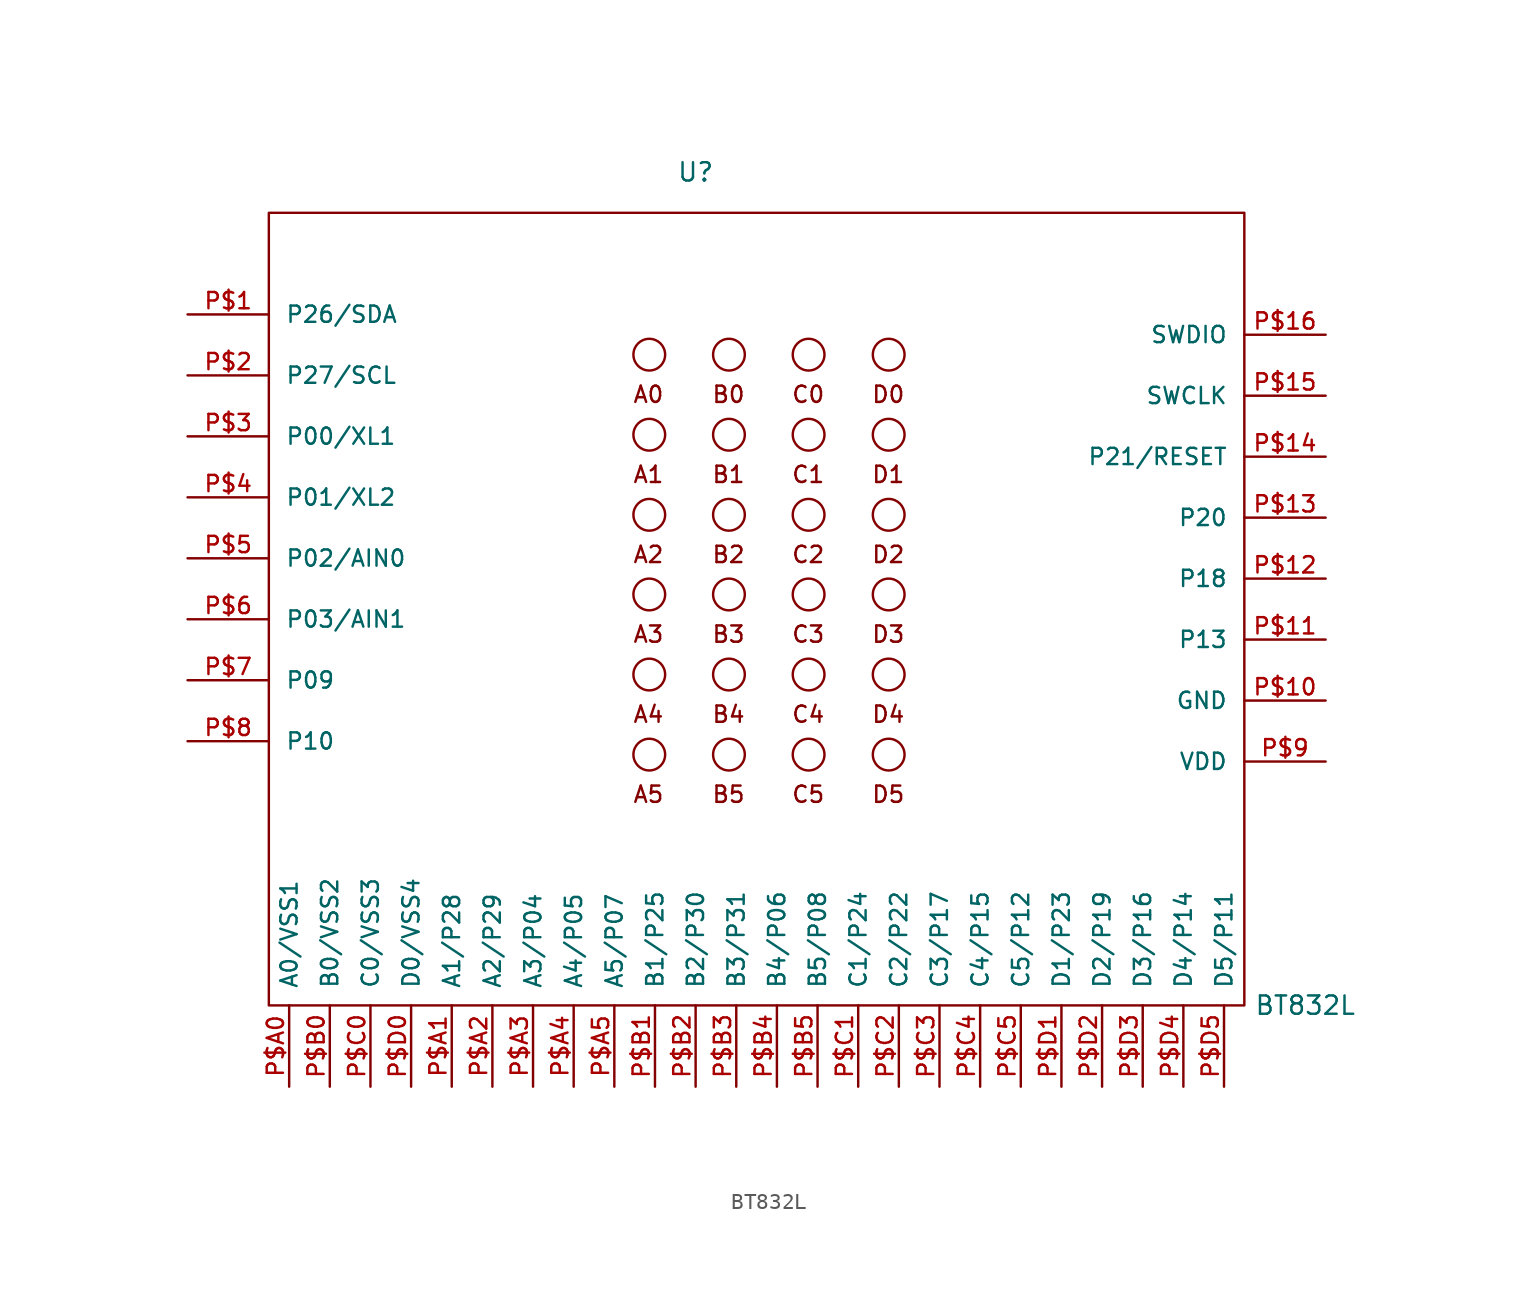
<source format=kicad_sym>
(kicad_symbol_lib
  (version 20220914)
  (generator kicad_symbol_editor)
  (symbol "BT832L"
    (pin_names
      (offset 1.016))
    (property "Reference" "U"
      (at -3.81 25.4 0)
      (effects (font (size 1.143 1.143))))
    (property "Value" "BT832L"
      (at 34.29 -26.67 0)
      (effects (font (size 1.143 1.143))))
    (property "ki_locked" ""
      (at 0 0 0)
      (effects (font (size 1.27 1.27))))
    (symbol "BT832L_0_1"
      (rectangle (start -30.48 22.86) (end 30.48 -26.67) (stroke (width 0) (type solid)) (fill (type none))))
    (symbol "BT832L_1_0"
      (text "A0" (at -6.756 11.506 0) (effects (font (size 1.016 1.016))))
      (text "A1" (at -6.756 6.502 0) (effects (font (size 1.016 1.016))))
      (text "A2" (at -6.756 1.499 0) (effects (font (size 1.016 1.016))))
      (text "A3" (at -6.756 -3.48 0) (effects (font (size 1.016 1.016))))
      (text "A4" (at -6.756 -8.484 0) (effects (font (size 1.016 1.016))))
      (text "A5" (at -6.756 -13.487 0) (effects (font (size 1.016 1.016))))
      (text "B0" (at -1.753 11.506 0) (effects (font (size 1.016 1.016))))
      (text "B1" (at -1.753 6.502 0) (effects (font (size 1.016 1.016))))
      (text "B2" (at -1.753 1.499 0) (effects (font (size 1.016 1.016))))
      (text "B3" (at -1.753 -3.48 0) (effects (font (size 1.016 1.016))))
      (text "B4" (at -1.753 -8.484 0) (effects (font (size 1.016 1.016))))
      (text "B5" (at -1.753 -13.487 0) (effects (font (size 1.016 1.016))))
      (text "C0" (at 3.226 11.506 0) (effects (font (size 1.016 1.016))))
      (text "C1" (at 3.226 6.502 0) (effects (font (size 1.016 1.016))))
      (text "C2" (at 3.226 1.499 0) (effects (font (size 1.016 1.016))))
      (text "C3" (at 3.226 -3.48 0) (effects (font (size 1.016 1.016))))
      (text "C4" (at 3.226 -8.484 0) (effects (font (size 1.016 1.016))))
      (text "C5" (at 3.226 -13.487 0) (effects (font (size 1.016 1.016))))
      (text "D0" (at 8.23 11.506 0) (effects (font (size 1.016 1.016))))
      (text "D1" (at 8.23 6.502 0) (effects (font (size 1.016 1.016))))
      (text "D2" (at 8.23 1.499 0) (effects (font (size 1.016 1.016))))
      (text "D3" (at 8.23 -3.48 0) (effects (font (size 1.016 1.016))))
      (text "D4" (at 8.23 -8.484 0) (effects (font (size 1.016 1.016))))
      (text "D5" (at 8.23 -13.487 0) (effects (font (size 1.016 1.016)))))
    (symbol "BT832L_1_1"
      (circle (center -6.706 -10.998) (radius 0.991) (stroke (width 0) (type solid)) (fill (type none)))
      (circle (center -6.706 -5.994) (radius 0.991) (stroke (width 0) (type solid)) (fill (type none)))
      (circle (center -6.706 -0.991) (radius 0.991) (stroke (width 0) (type solid)) (fill (type none)))
      (circle (center -6.706 3.988) (radius 0.991) (stroke (width 0) (type solid)) (fill (type none)))
      (circle (center -6.706 8.992) (radius 0.991) (stroke (width 0) (type solid)) (fill (type none)))
      (circle (center -6.706 13.995) (radius 0.991) (stroke (width 0) (type solid)) (fill (type none)))
      (circle (center -1.727 -10.998) (radius 0.991) (stroke (width 0) (type solid)) (fill (type none)))
      (circle (center -1.727 -5.994) (radius 0.991) (stroke (width 0) (type solid)) (fill (type none)))
      (circle (center -1.727 -0.991) (radius 0.991) (stroke (width 0) (type solid)) (fill (type none)))
      (circle (center -1.727 3.988) (radius 0.991) (stroke (width 0) (type solid)) (fill (type none)))
      (circle (center -1.727 8.992) (radius 0.991) (stroke (width 0) (type solid)) (fill (type none)))
      (circle (center -1.727 13.995) (radius 0.991) (stroke (width 0) (type solid)) (fill (type none)))
      (circle (center 3.251 -10.998) (radius 0.991) (stroke (width 0) (type solid)) (fill (type none)))
      (circle (center 3.251 -5.994) (radius 0.991) (stroke (width 0) (type solid)) (fill (type none)))
      (circle (center 3.251 -0.991) (radius 0.991) (stroke (width 0) (type solid)) (fill (type none)))
      (circle (center 3.251 3.988) (radius 0.991) (stroke (width 0) (type solid)) (fill (type none)))
      (circle (center 3.251 8.992) (radius 0.991) (stroke (width 0) (type solid)) (fill (type none)))
      (circle (center 3.251 13.995) (radius 0.991) (stroke (width 0) (type solid)) (fill (type none)))
      (circle (center 8.255 -10.998) (radius 0.991) (stroke (width 0) (type solid)) (fill (type none)))
      (circle (center 8.255 -5.994) (radius 0.991) (stroke (width 0) (type solid)) (fill (type none)))
      (circle (center 8.255 -0.991) (radius 0.991) (stroke (width 0) (type solid)) (fill (type none)))
      (circle (center 8.255 3.988) (radius 0.991) (stroke (width 0) (type solid)) (fill (type none)))
      (circle (center 8.255 8.992) (radius 0.991) (stroke (width 0) (type solid)) (fill (type none)))
      (circle (center 8.255 13.995) (radius 0.991) (stroke (width 0) (type solid)) (fill (type none)))
      (pin bidirectional line (at -35.56 16.51 0) (length 5.08) (name "P26/SDA" (effects (font (size 1.016 1.016)))) (number "P$1" (effects (font (size 1.016 1.016)))))
      (pin bidirectional line (at 35.56 -7.62 180) (length 5.08) (name "GND" (effects (font (size 1.016 1.016)))) (number "P$10" (effects (font (size 1.016 1.016)))))
      (pin bidirectional line (at 35.56 -3.81 180) (length 5.08) (name "P13" (effects (font (size 1.016 1.016)))) (number "P$11" (effects (font (size 1.016 1.016)))))
      (pin bidirectional line (at 35.56 0 180) (length 5.08) (name "P18" (effects (font (size 1.016 1.016)))) (number "P$12" (effects (font (size 1.016 1.016)))))
      (pin bidirectional line (at 35.56 3.81 180) (length 5.08) (name "P20" (effects (font (size 1.016 1.016)))) (number "P$13" (effects (font (size 1.016 1.016)))))
      (pin bidirectional line (at 35.56 7.62 180) (length 5.08) (name "P21/RESET" (effects (font (size 1.016 1.016)))) (number "P$14" (effects (font (size 1.016 1.016)))))
      (pin bidirectional line (at 35.56 11.43 180) (length 5.08) (name "SWCLK" (effects (font (size 1.016 1.016)))) (number "P$15" (effects (font (size 1.016 1.016)))))
      (pin bidirectional line (at 35.56 15.24 180) (length 5.08) (name "SWDIO" (effects (font (size 1.016 1.016)))) (number "P$16" (effects (font (size 1.016 1.016)))))
      (pin bidirectional line (at -35.56 12.7 0) (length 5.08) (name "P27/SCL" (effects (font (size 1.016 1.016)))) (number "P$2" (effects (font (size 1.016 1.016)))))
      (pin bidirectional line (at -35.56 8.89 0) (length 5.08) (name "P00/XL1" (effects (font (size 1.016 1.016)))) (number "P$3" (effects (font (size 1.016 1.016)))))
      (pin bidirectional line (at -35.56 5.08 0) (length 5.08) (name "P01/XL2" (effects (font (size 1.016 1.016)))) (number "P$4" (effects (font (size 1.016 1.016)))))
      (pin bidirectional line (at -35.56 1.27 0) (length 5.08) (name "P02/AIN0" (effects (font (size 1.016 1.016)))) (number "P$5" (effects (font (size 1.016 1.016)))))
      (pin bidirectional line (at -35.56 -2.54 0) (length 5.08) (name "P03/AIN1" (effects (font (size 1.016 1.016)))) (number "P$6" (effects (font (size 1.016 1.016)))))
      (pin bidirectional line (at -35.56 -6.35 0) (length 5.08) (name "P09" (effects (font (size 1.016 1.016)))) (number "P$7" (effects (font (size 1.016 1.016)))))
      (pin bidirectional line (at -35.56 -10.16 0) (length 5.08) (name "P10" (effects (font (size 1.016 1.016)))) (number "P$8" (effects (font (size 1.016 1.016)))))
      (pin bidirectional line (at 35.56 -11.43 180) (length 5.08) (name "VDD" (effects (font (size 1.016 1.016)))) (number "P$9" (effects (font (size 1.016 1.016)))))
      (pin bidirectional line (at -29.21 -31.75 90) (length 5.08) (name "A0/VSS1" (effects (font (size 1.016 1.016)))) (number "P$A0" (effects (font (size 1.016 1.016)))))
      (pin bidirectional line (at -19.05 -31.75 90) (length 5.08) (name "A1/P28" (effects (font (size 1.016 1.016)))) (number "P$A1" (effects (font (size 1.016 1.016)))))
      (pin bidirectional line (at -16.51 -31.75 90) (length 5.08) (name "A2/P29" (effects (font (size 1.016 1.016)))) (number "P$A2" (effects (font (size 1.016 1.016)))))
      (pin bidirectional line (at -13.97 -31.75 90) (length 5.08) (name "A3/P04" (effects (font (size 1.016 1.016)))) (number "P$A3" (effects (font (size 1.016 1.016)))))
      (pin bidirectional line (at -11.43 -31.75 90) (length 5.08) (name "A4/P05" (effects (font (size 1.016 1.016)))) (number "P$A4" (effects (font (size 1.016 1.016)))))
      (pin bidirectional line (at -8.89 -31.75 90) (length 5.08) (name "A5/P07" (effects (font (size 1.016 1.016)))) (number "P$A5" (effects (font (size 1.016 1.016)))))
      (pin bidirectional line (at -26.67 -31.75 90) (length 5.08) (name "B0/VSS2" (effects (font (size 1.016 1.016)))) (number "P$B0" (effects (font (size 1.016 1.016)))))
      (pin bidirectional line (at -6.35 -31.75 90) (length 5.08) (name "B1/P25" (effects (font (size 1.016 1.016)))) (number "P$B1" (effects (font (size 1.016 1.016)))))
      (pin bidirectional line (at -3.81 -31.75 90) (length 5.08) (name "B2/P30" (effects (font (size 1.016 1.016)))) (number "P$B2" (effects (font (size 1.016 1.016)))))
      (pin bidirectional line (at -1.27 -31.75 90) (length 5.08) (name "B3/P31" (effects (font (size 1.016 1.016)))) (number "P$B3" (effects (font (size 1.016 1.016)))))
      (pin bidirectional line (at 1.27 -31.75 90) (length 5.08) (name "B4/P06" (effects (font (size 1.016 1.016)))) (number "P$B4" (effects (font (size 1.016 1.016)))))
      (pin bidirectional line (at 3.81 -31.75 90) (length 5.08) (name "B5/P08" (effects (font (size 1.016 1.016)))) (number "P$B5" (effects (font (size 1.016 1.016)))))
      (pin bidirectional line (at -24.13 -31.75 90) (length 5.08) (name "C0/VSS3" (effects (font (size 1.016 1.016)))) (number "P$C0" (effects (font (size 1.016 1.016)))))
      (pin bidirectional line (at 6.35 -31.75 90) (length 5.08) (name "C1/P24" (effects (font (size 1.016 1.016)))) (number "P$C1" (effects (font (size 1.016 1.016)))))
      (pin bidirectional line (at 8.89 -31.75 90) (length 5.08) (name "C2/P22" (effects (font (size 1.016 1.016)))) (number "P$C2" (effects (font (size 1.016 1.016)))))
      (pin bidirectional line (at 11.43 -31.75 90) (length 5.08) (name "C3/P17" (effects (font (size 1.016 1.016)))) (number "P$C3" (effects (font (size 1.016 1.016)))))
      (pin bidirectional line (at 13.97 -31.75 90) (length 5.08) (name "C4/P15" (effects (font (size 1.016 1.016)))) (number "P$C4" (effects (font (size 1.016 1.016)))))
      (pin bidirectional line (at 16.51 -31.75 90) (length 5.08) (name "C5/P12" (effects (font (size 1.016 1.016)))) (number "P$C5" (effects (font (size 1.016 1.016)))))
      (pin bidirectional line (at -21.59 -31.75 90) (length 5.08) (name "D0/VSS4" (effects (font (size 1.016 1.016)))) (number "P$D0" (effects (font (size 1.016 1.016)))))
      (pin bidirectional line (at 19.05 -31.75 90) (length 5.08) (name "D1/P23" (effects (font (size 1.016 1.016)))) (number "P$D1" (effects (font (size 1.016 1.016)))))
      (pin bidirectional line (at 21.59 -31.75 90) (length 5.08) (name "D2/P19" (effects (font (size 1.016 1.016)))) (number "P$D2" (effects (font (size 1.016 1.016)))))
      (pin bidirectional line (at 24.13 -31.75 90) (length 5.08) (name "D3/P16" (effects (font (size 1.016 1.016)))) (number "P$D3" (effects (font (size 1.016 1.016)))))
      (pin bidirectional line (at 26.67 -31.75 90) (length 5.08) (name "D4/P14" (effects (font (size 1.016 1.016)))) (number "P$D4" (effects (font (size 1.016 1.016)))))
      (pin bidirectional line (at 29.21 -31.75 90) (length 5.08) (name "D5/P11" (effects (font (size 1.016 1.016)))) (number "P$D5" (effects (font (size 1.016 1.016))))))))
</source>
